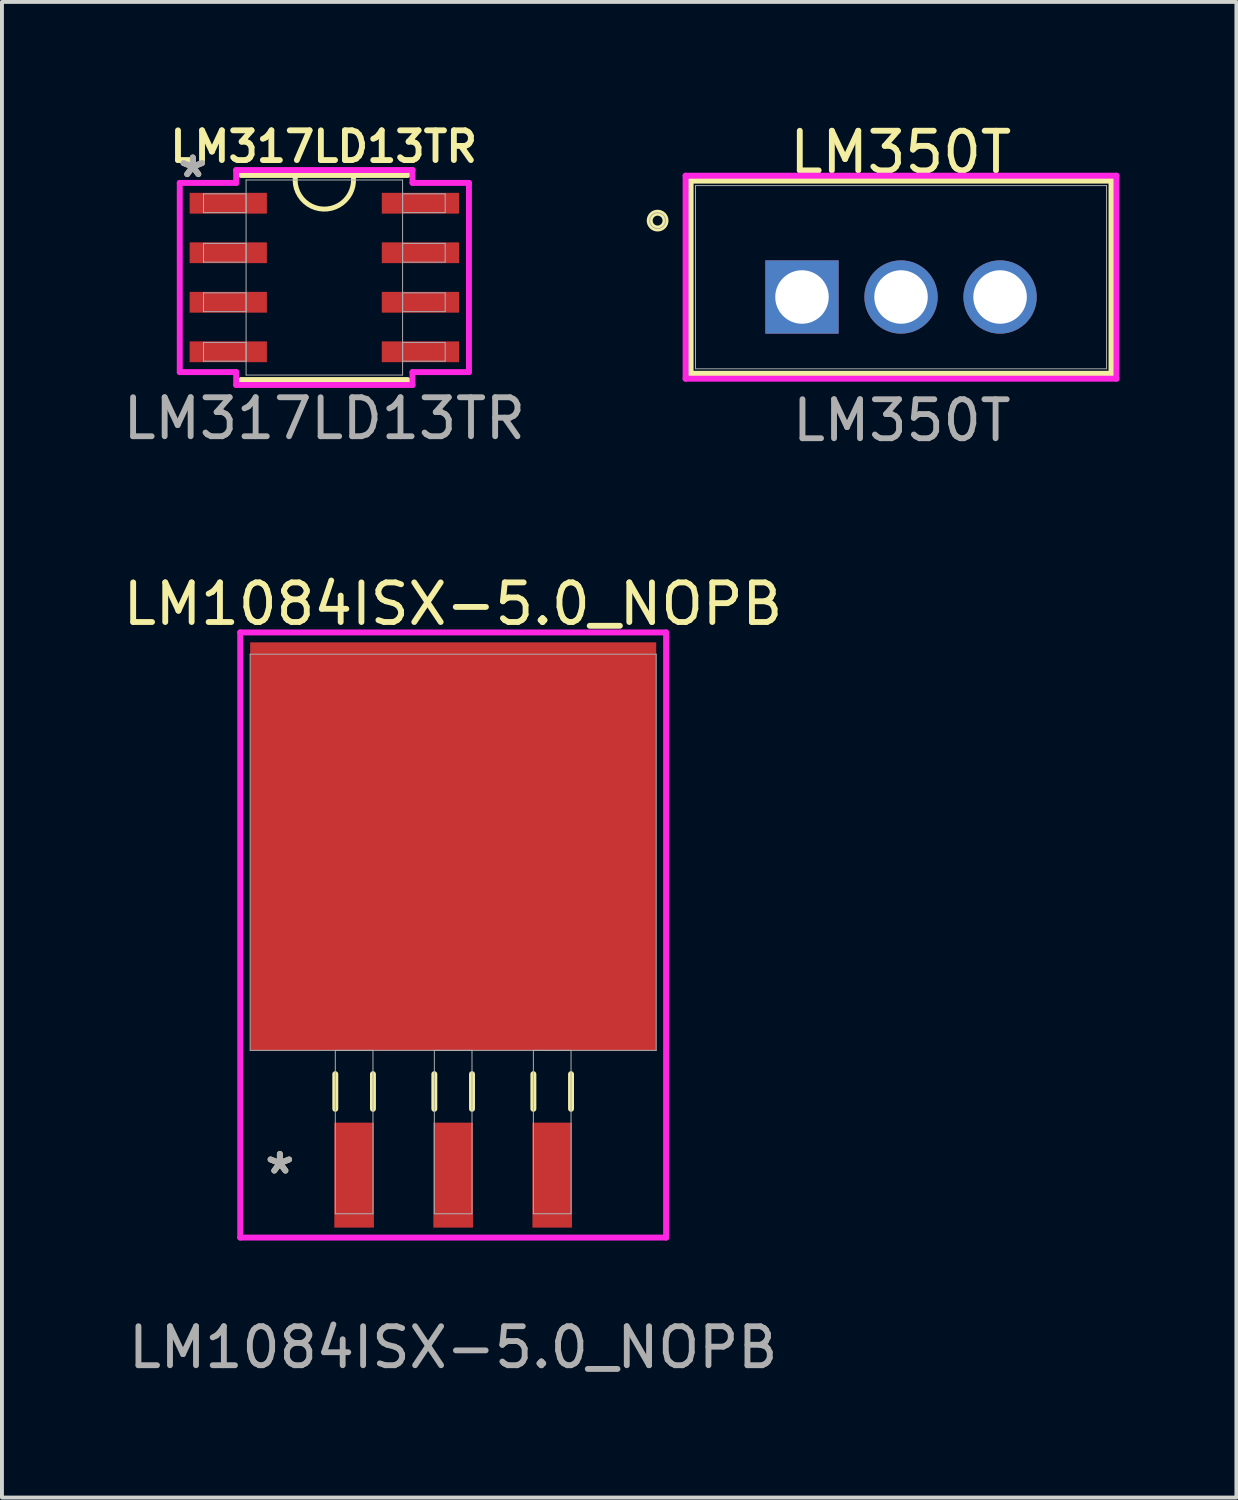
<source format=kicad_pcb>
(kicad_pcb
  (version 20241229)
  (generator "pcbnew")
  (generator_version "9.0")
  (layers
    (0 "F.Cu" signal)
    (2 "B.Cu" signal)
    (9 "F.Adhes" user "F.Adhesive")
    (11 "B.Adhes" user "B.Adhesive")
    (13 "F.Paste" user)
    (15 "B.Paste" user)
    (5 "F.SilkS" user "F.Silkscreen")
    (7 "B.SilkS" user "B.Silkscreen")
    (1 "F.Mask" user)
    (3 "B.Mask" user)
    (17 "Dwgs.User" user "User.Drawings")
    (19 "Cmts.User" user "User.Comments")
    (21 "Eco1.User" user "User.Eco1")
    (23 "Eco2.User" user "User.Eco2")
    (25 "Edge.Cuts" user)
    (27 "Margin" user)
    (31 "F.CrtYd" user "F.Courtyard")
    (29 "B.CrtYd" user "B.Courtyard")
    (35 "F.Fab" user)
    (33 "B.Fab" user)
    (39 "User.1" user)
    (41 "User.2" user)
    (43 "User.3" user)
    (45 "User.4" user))
  (footprint "LM350T"
    (layer "F.Cu")
    (at 17.518 4.567)
    (property "Reference" "LM350T" (at 2.532 -3.71 0) (unlocked yes) (layer "F.SilkS") (effects (font (size 1.016 1.016) (thickness 0.15))))
    (attr through_hole)
    (fp_line (start -2.857 -2.985) (end -2.857 1.968) (stroke (width 0.152) (type solid)) (layer "F.SilkS"))
    (fp_line (start -2.857 1.968) (end 7.938 1.968) (stroke (width 0.152) (type solid)) (layer "F.SilkS"))
    (fp_line (start 7.938 -2.985) (end -2.857 -2.985) (stroke (width 0.152) (type solid)) (layer "F.SilkS"))
    (fp_line (start 7.938 1.968) (end 7.938 -2.985) (stroke (width 0.152) (type solid)) (layer "F.SilkS"))
    (fp_circle (center -3.703 -1.959) (end -3.5 -1.959) (stroke (width 0.152) (type solid)) (fill no) (layer "F.SilkS"))
    (fp_line (start -2.985 -3.111) (end 8.065 -3.111) (stroke (width 0.152) (type solid)) (layer "F.CrtYd"))
    (fp_line (start -2.985 2.095) (end -2.985 -3.111) (stroke (width 0.152) (type solid)) (layer "F.CrtYd"))
    (fp_line (start 8.065 -3.111) (end 8.065 2.095) (stroke (width 0.152) (type solid)) (layer "F.CrtYd"))
    (fp_line (start 8.065 2.095) (end -2.985 2.095) (stroke (width 0.152) (type solid)) (layer "F.CrtYd"))
    (fp_line (start -2.731 -2.857) (end -2.731 1.841) (stroke (width 0.025) (type solid)) (layer "F.Fab"))
    (fp_line (start -2.731 1.841) (end 7.811 1.841) (stroke (width 0.025) (type solid)) (layer "F.Fab"))
    (fp_line (start -0.254 0) (end 0.254 0) (stroke (width 0.152) (type solid)) (layer "F.Fab"))
    (fp_line (start 0 0.254) (end 0 -0.254) (stroke (width 0.152) (type solid)) (layer "F.Fab"))
    (fp_line (start 7.811 -2.857) (end -2.731 -2.857) (stroke (width 0.025) (type solid)) (layer "F.Fab"))
    (fp_line (start 7.811 1.841) (end 7.811 -2.857) (stroke (width 0.025) (type solid)) (layer "F.Fab"))
    (fp_circle (center -3.703 -1.959) (end -3.5 -1.959) (stroke (width 0.025) (type solid)) (fill no) (layer "F.Fab"))
    (fp_text user "${REFERENCE}" (at 2.56 3.167 0) (unlocked yes) (layer "F.Fab") (effects (font (size 1 1) (thickness 0.15))))
    (pad "1" thru_hole rect (at 0 0) (size 1.88 1.88) (drill 1.372) (layers "*.Cu" "*.Mask"))
    (pad "2" thru_hole circle (at 2.54 0) (size 1.88 1.88) (drill 1.372) (layers "*.Cu" "*.Mask"))
    (pad "3" thru_hole circle (at 5.08 0) (size 1.88 1.88) (drill 1.372) (layers "*.Cu" "*.Mask")))
  (footprint "LM1084ISX-5.0_NOPB"
    (layer "F.Cu")
    (at 8.572 18.808)
    (property "Reference" "LM1084ISX-5.0_NOPB" (at -0.006 -6.368 0) (unlocked yes) (layer "F.SilkS") (effects (font (size 1.016 1.016) (thickness 0.15))))
    (attr smd)
    (fp_line (start -3.023 5.69) (end -3.023 6.579) (stroke (width 0.152) (type solid)) (layer "F.SilkS"))
    (fp_line (start -2.057 5.69) (end -2.057 6.579) (stroke (width 0.152) (type solid)) (layer "F.SilkS"))
    (fp_line (start -0.483 5.69) (end -0.483 6.579) (stroke (width 0.152) (type solid)) (layer "F.SilkS"))
    (fp_line (start 0.483 5.69) (end 0.483 6.579) (stroke (width 0.152) (type solid)) (layer "F.SilkS"))
    (fp_line (start 2.057 5.69) (end 2.057 6.579) (stroke (width 0.152) (type solid)) (layer "F.SilkS"))
    (fp_line (start 3.023 5.69) (end 3.023 6.579) (stroke (width 0.152) (type solid)) (layer "F.SilkS"))
    (fp_line (start -5.461 -5.639) (end 5.461 -5.639) (stroke (width 0.152) (type solid)) (layer "F.CrtYd"))
    (fp_line (start -5.461 9.881) (end -5.461 -5.639) (stroke (width 0.152) (type solid)) (layer "F.CrtYd"))
    (fp_line (start 5.461 -5.639) (end 5.461 9.881) (stroke (width 0.152) (type solid)) (layer "F.CrtYd"))
    (fp_line (start 5.461 9.881) (end -5.461 9.881) (stroke (width 0.152) (type solid)) (layer "F.CrtYd"))
    (fp_line (start -5.207 -5.08) (end -5.207 5.08) (stroke (width 0.025) (type solid)) (layer "F.Fab"))
    (fp_line (start -5.207 5.08) (end 5.207 5.08) (stroke (width 0.025) (type solid)) (layer "F.Fab"))
    (fp_line (start -3.023 5.08) (end -3.023 9.271) (stroke (width 0.025) (type solid)) (layer "F.Fab"))
    (fp_line (start -3.023 9.271) (end -2.057 9.271) (stroke (width 0.025) (type solid)) (layer "F.Fab"))
    (fp_line (start -2.057 5.08) (end -3.023 5.08) (stroke (width 0.025) (type solid)) (layer "F.Fab"))
    (fp_line (start -2.057 9.271) (end -2.057 5.08) (stroke (width 0.025) (type solid)) (layer "F.Fab"))
    (fp_line (start -0.483 5.08) (end -0.483 9.271) (stroke (width 0.025) (type solid)) (layer "F.Fab"))
    (fp_line (start -0.483 9.271) (end 0.483 9.271) (stroke (width 0.025) (type solid)) (layer "F.Fab"))
    (fp_line (start 0.483 5.08) (end -0.483 5.08) (stroke (width 0.025) (type solid)) (layer "F.Fab"))
    (fp_line (start 0.483 9.271) (end 0.483 5.08) (stroke (width 0.025) (type solid)) (layer "F.Fab"))
    (fp_line (start 2.057 5.08) (end 2.057 9.271) (stroke (width 0.025) (type solid)) (layer "F.Fab"))
    (fp_line (start 2.057 9.271) (end 3.023 9.271) (stroke (width 0.025) (type solid)) (layer "F.Fab"))
    (fp_line (start 3.023 5.08) (end 2.057 5.08) (stroke (width 0.025) (type solid)) (layer "F.Fab"))
    (fp_line (start 3.023 9.271) (end 3.023 5.08) (stroke (width 0.025) (type solid)) (layer "F.Fab"))
    (fp_line (start 5.207 -5.08) (end -5.207 -5.08) (stroke (width 0.025) (type solid)) (layer "F.Fab"))
    (fp_line (start 5.207 5.08) (end 5.207 -5.08) (stroke (width 0.025) (type solid)) (layer "F.Fab"))
    (fp_text user "*" (at -4.445 8.28 0) (layer "F.SilkS") (effects (font (size 1 1) (thickness 0.15))))
    (fp_text user "*" (at -4.445 8.28 0) (layer "F.Fab") (effects (font (size 1 1) (thickness 0.15))))
    (fp_text user "${REFERENCE}" (at 0 12.7 0) (unlocked yes) (layer "F.Fab") (effects (font (size 1 1) (thickness 0.15))))
    (pad "1" smd rect (at -2.54 8.28) (size 1.016 2.692) (layers "F.Cu" "F.Mask" "F.Paste"))
    (pad "2" smd rect (at 0 8.28) (size 1.016 2.692) (layers "F.Cu" "F.Mask" "F.Paste"))
    (pad "3" smd rect (at 2.54 8.28) (size 1.016 2.692) (layers "F.Cu" "F.Mask" "F.Paste"))
    (pad "4" smd rect (at 0 -0.152) (size 10.414 10.465) (layers "F.Cu" "F.Mask" "F.Paste")))
  (footprint "LM317LD13TR"
    (layer "F.Cu")
    (at 5.268 4.067)
    (property "Reference" "LM317LD13TR" (at -0.016 -3.357 0) (unlocked yes) (layer "F.SilkS") (effects (font (size 0.762 0.762) (thickness 0.15))))
    (attr smd)
    (fp_line (start -2.134 2.629) (end 2.134 2.629) (stroke (width 0.152) (type solid)) (layer "F.SilkS"))
    (fp_line (start 2.134 -2.629) (end -2.134 -2.629) (stroke (width 0.152) (type solid)) (layer "F.SilkS"))
    (fp_arc (start 0.747692 -2.543462) (mid -0.025766 -1.753499) (end -0.743063 -2.594785) (stroke (width 0.127) (type solid)) (layer "F.SilkS"))
    (fp_line (start -3.708 -2.426) (end -2.261 -2.426) (stroke (width 0.152) (type solid)) (layer "F.CrtYd"))
    (fp_line (start -3.708 2.426) (end -3.708 -2.426) (stroke (width 0.152) (type solid)) (layer "F.CrtYd"))
    (fp_line (start -3.708 2.426) (end -2.261 2.426) (stroke (width 0.152) (type solid)) (layer "F.CrtYd"))
    (fp_line (start -2.261 -2.756) (end 2.261 -2.756) (stroke (width 0.152) (type solid)) (layer "F.CrtYd"))
    (fp_line (start -2.261 -2.426) (end -2.261 -2.756) (stroke (width 0.152) (type solid)) (layer "F.CrtYd"))
    (fp_line (start -2.261 2.756) (end -2.261 2.426) (stroke (width 0.152) (type solid)) (layer "F.CrtYd"))
    (fp_line (start 2.261 -2.756) (end 2.261 -2.426) (stroke (width 0.152) (type solid)) (layer "F.CrtYd"))
    (fp_line (start 2.261 2.426) (end 2.261 2.756) (stroke (width 0.152) (type solid)) (layer "F.CrtYd"))
    (fp_line (start 2.261 2.756) (end -2.261 2.756) (stroke (width 0.152) (type solid)) (layer "F.CrtYd"))
    (fp_line (start 3.708 -2.426) (end 2.261 -2.426) (stroke (width 0.152) (type solid)) (layer "F.CrtYd"))
    (fp_line (start 3.708 -2.426) (end 3.708 2.426) (stroke (width 0.152) (type solid)) (layer "F.CrtYd"))
    (fp_line (start 3.708 2.426) (end 2.261 2.426) (stroke (width 0.152) (type solid)) (layer "F.CrtYd"))
    (fp_line (start -3.099 -2.146) (end -3.099 -1.664) (stroke (width 0.025) (type solid)) (layer "F.Fab"))
    (fp_line (start -3.099 -1.664) (end -2.007 -1.664) (stroke (width 0.025) (type solid)) (layer "F.Fab"))
    (fp_line (start -3.099 -0.876) (end -3.099 -0.394) (stroke (width 0.025) (type solid)) (layer "F.Fab"))
    (fp_line (start -3.099 -0.394) (end -2.007 -0.394) (stroke (width 0.025) (type solid)) (layer "F.Fab"))
    (fp_line (start -3.099 0.394) (end -3.099 0.876) (stroke (width 0.025) (type solid)) (layer "F.Fab"))
    (fp_line (start -3.099 0.876) (end -2.007 0.876) (stroke (width 0.025) (type solid)) (layer "F.Fab"))
    (fp_line (start -3.099 1.664) (end -3.099 2.146) (stroke (width 0.025) (type solid)) (layer "F.Fab"))
    (fp_line (start -3.099 2.146) (end -2.007 2.146) (stroke (width 0.025) (type solid)) (layer "F.Fab"))
    (fp_line (start -2.007 -2.502) (end -2.007 2.502) (stroke (width 0.025) (type solid)) (layer "F.Fab"))
    (fp_line (start -2.007 -2.146) (end -3.099 -2.146) (stroke (width 0.025) (type solid)) (layer "F.Fab"))
    (fp_line (start -2.007 -1.664) (end -2.007 -2.146) (stroke (width 0.025) (type solid)) (layer "F.Fab"))
    (fp_line (start -2.007 -0.876) (end -3.099 -0.876) (stroke (width 0.025) (type solid)) (layer "F.Fab"))
    (fp_line (start -2.007 -0.394) (end -2.007 -0.876) (stroke (width 0.025) (type solid)) (layer "F.Fab"))
    (fp_line (start -2.007 0.394) (end -3.099 0.394) (stroke (width 0.025) (type solid)) (layer "F.Fab"))
    (fp_line (start -2.007 0.876) (end -2.007 0.394) (stroke (width 0.025) (type solid)) (layer "F.Fab"))
    (fp_line (start -2.007 1.664) (end -3.099 1.664) (stroke (width 0.025) (type solid)) (layer "F.Fab"))
    (fp_line (start -2.007 2.146) (end -2.007 1.664) (stroke (width 0.025) (type solid)) (layer "F.Fab"))
    (fp_line (start -2.007 2.502) (end 2.007 2.502) (stroke (width 0.025) (type solid)) (layer "F.Fab"))
    (fp_line (start 2.007 -2.502) (end -2.007 -2.502) (stroke (width 0.025) (type solid)) (layer "F.Fab"))
    (fp_line (start 2.007 -2.146) (end 2.007 -1.664) (stroke (width 0.025) (type solid)) (layer "F.Fab"))
    (fp_line (start 2.007 -1.664) (end 3.099 -1.664) (stroke (width 0.025) (type solid)) (layer "F.Fab"))
    (fp_line (start 2.007 -0.876) (end 2.007 -0.394) (stroke (width 0.025) (type solid)) (layer "F.Fab"))
    (fp_line (start 2.007 -0.394) (end 3.099 -0.394) (stroke (width 0.025) (type solid)) (layer "F.Fab"))
    (fp_line (start 2.007 0.394) (end 2.007 0.876) (stroke (width 0.025) (type solid)) (layer "F.Fab"))
    (fp_line (start 2.007 0.876) (end 3.099 0.876) (stroke (width 0.025) (type solid)) (layer "F.Fab"))
    (fp_line (start 2.007 1.664) (end 2.007 2.146) (stroke (width 0.025) (type solid)) (layer "F.Fab"))
    (fp_line (start 2.007 2.146) (end 3.099 2.146) (stroke (width 0.025) (type solid)) (layer "F.Fab"))
    (fp_line (start 2.007 2.502) (end 2.007 -2.502) (stroke (width 0.025) (type solid)) (layer "F.Fab"))
    (fp_line (start 3.099 -2.146) (end 2.007 -2.146) (stroke (width 0.025) (type solid)) (layer "F.Fab"))
    (fp_line (start 3.099 -1.664) (end 3.099 -2.146) (stroke (width 0.025) (type solid)) (layer "F.Fab"))
    (fp_line (start 3.099 -0.876) (end 2.007 -0.876) (stroke (width 0.025) (type solid)) (layer "F.Fab"))
    (fp_line (start 3.099 -0.394) (end 3.099 -0.876) (stroke (width 0.025) (type solid)) (layer "F.Fab"))
    (fp_line (start 3.099 0.394) (end 2.007 0.394) (stroke (width 0.025) (type solid)) (layer "F.Fab"))
    (fp_line (start 3.099 0.876) (end 3.099 0.394) (stroke (width 0.025) (type solid)) (layer "F.Fab"))
    (fp_line (start 3.099 1.664) (end 2.007 1.664) (stroke (width 0.025) (type solid)) (layer "F.Fab"))
    (fp_line (start 3.099 2.146) (end 3.099 1.664) (stroke (width 0.025) (type solid)) (layer "F.Fab"))
    (fp_text user "*" (at -3.374 -2.534 0) (layer "F.SilkS") (effects (font (size 1 1) (thickness 0.15))))
    (fp_text user "${REFERENCE}" (at 0 3.616 0) (unlocked yes) (layer "F.Fab") (effects (font (size 1 1) (thickness 0.15))))
    (fp_text user "*" (at -3.374 -2.534 0) (layer "F.Fab") (effects (font (size 1 1) (thickness 0.15))))
    (pad "1" smd rect (at -2.464 -1.905) (size 1.981 0.533) (layers "F.Cu" "F.Mask" "F.Paste"))
    (pad "2" smd rect (at -2.464 -0.635) (size 1.981 0.533) (layers "F.Cu" "F.Mask" "F.Paste"))
    (pad "3" smd rect (at -2.464 0.635) (size 1.981 0.533) (layers "F.Cu" "F.Mask" "F.Paste"))
    (pad "4" smd rect (at -2.464 1.905) (size 1.981 0.533) (layers "F.Cu" "F.Mask" "F.Paste"))
    (pad "5" smd rect (at 2.464 1.905) (size 1.981 0.533) (layers "F.Cu" "F.Mask" "F.Paste"))
    (pad "6" smd rect (at 2.464 0.635) (size 1.981 0.533) (layers "F.Cu" "F.Mask" "F.Paste"))
    (pad "7" smd rect (at 2.464 -0.635) (size 1.981 0.533) (layers "F.Cu" "F.Mask" "F.Paste"))
    (pad "8" smd rect (at 2.464 -1.905) (size 1.981 0.533) (layers "F.Cu" "F.Mask" "F.Paste")))
  (gr_rect
    (start -3 -3)
    (end 28.659 35.357)
    (stroke (width 0.1) (type default))
    (fill no)
    (layer "Edge.Cuts")))
</source>
